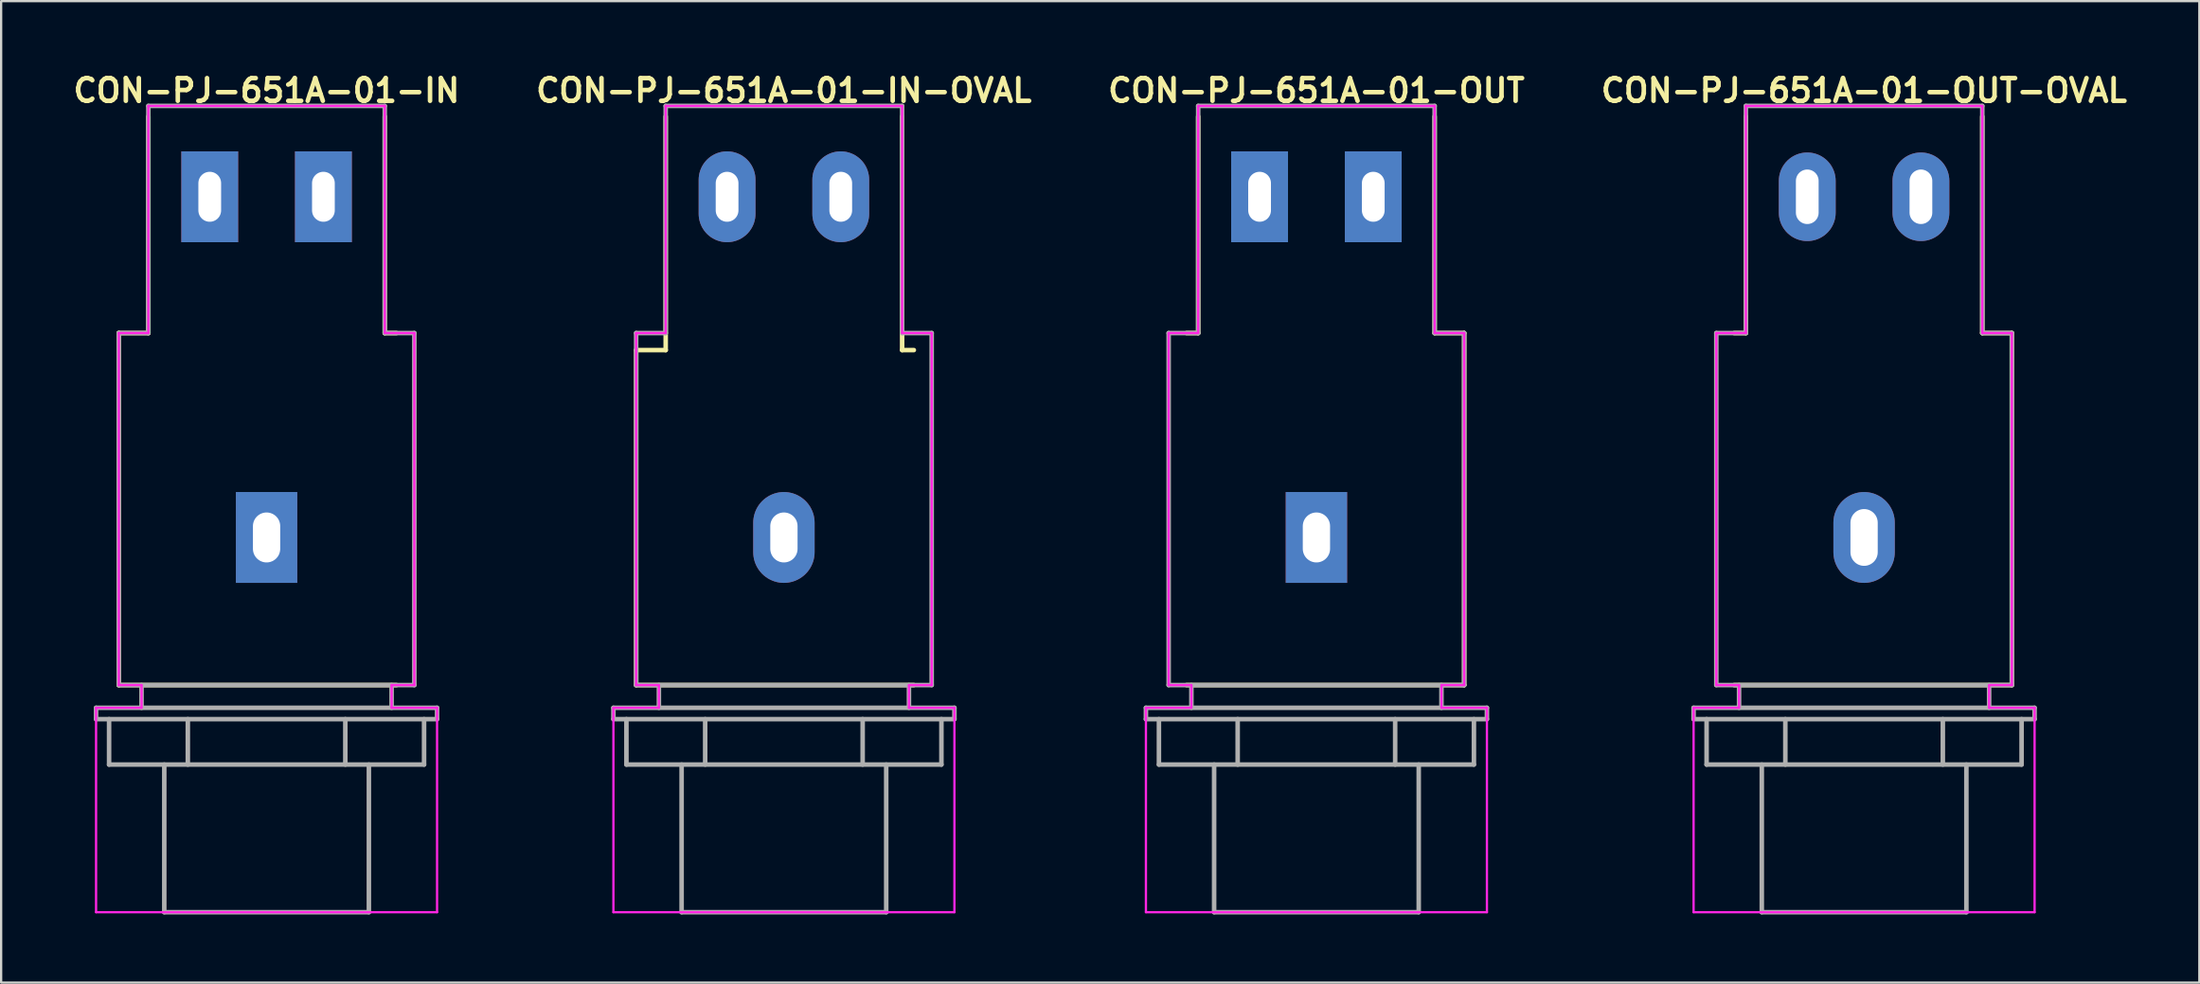
<source format=kicad_pcb>
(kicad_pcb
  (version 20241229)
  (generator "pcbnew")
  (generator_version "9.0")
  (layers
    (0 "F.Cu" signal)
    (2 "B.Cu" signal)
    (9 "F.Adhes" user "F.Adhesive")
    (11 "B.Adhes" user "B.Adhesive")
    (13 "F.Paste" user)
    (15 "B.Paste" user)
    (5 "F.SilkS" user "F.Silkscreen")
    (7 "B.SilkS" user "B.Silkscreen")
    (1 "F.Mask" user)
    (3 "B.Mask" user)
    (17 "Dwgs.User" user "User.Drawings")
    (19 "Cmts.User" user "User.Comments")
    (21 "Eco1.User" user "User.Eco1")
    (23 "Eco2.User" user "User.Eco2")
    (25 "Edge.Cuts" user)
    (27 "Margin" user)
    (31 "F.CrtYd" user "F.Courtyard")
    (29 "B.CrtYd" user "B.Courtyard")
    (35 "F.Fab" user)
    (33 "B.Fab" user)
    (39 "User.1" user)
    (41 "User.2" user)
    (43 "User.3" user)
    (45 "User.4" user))
  (footprint "CON-PJ-651A-01-IN-OVAL"
    (layer "F.Cu")
    (at 31.433 28.114)
    (property "Reference" "CON-PJ-651A-01-IN-OVAL" (at 0 -27.178 0) (layer "F.SilkS") (effects (font (size 1 1) (thickness 0.2))))
    (attr through_hole)
    (fp_line (start -6.5 -15.75) (end -6.5 -1) (stroke (width 0.2) (type solid)) (layer "F.SilkS"))
    (fp_line (start -6.5 -15.75) (end -5.2 -15.75) (stroke (width 0.2) (type solid)) (layer "F.SilkS"))
    (fp_line (start -6.5 -1) (end 5.715 -1) (stroke (width 0.2) (type solid)) (layer "F.SilkS"))
    (fp_line (start -5.2 -26.035) (end -5.2 -15.75) (stroke (width 0.2) (type solid)) (layer "F.SilkS"))
    (fp_line (start 5.2 -26.035) (end 5.2 -15.75) (stroke (width 0.2) (type solid)) (layer "F.SilkS"))
    (fp_line (start 5.2 -15.75) (end 5.715 -15.75) (stroke (width 0.2) (type solid)) (layer "F.SilkS"))
    (fp_line (start -7.5 0) (end -7.5 9) (stroke (width 0.1) (type solid)) (layer "F.CrtYd"))
    (fp_line (start -7.5 0) (end -5.5 0) (stroke (width 0.1) (type solid)) (layer "F.CrtYd"))
    (fp_line (start -7.5 9) (end 7.5 9) (stroke (width 0.1) (type solid)) (layer "F.CrtYd"))
    (fp_line (start -6.5 -16.5) (end -6.5 -1) (stroke (width 0.1) (type solid)) (layer "F.CrtYd"))
    (fp_line (start -6.5 -16.5) (end -5.2 -16.5) (stroke (width 0.1) (type solid)) (layer "F.CrtYd"))
    (fp_line (start -6.5 -1) (end -5.5 -1) (stroke (width 0.1) (type solid)) (layer "F.CrtYd"))
    (fp_line (start -5.5 -1) (end -5.5 0) (stroke (width 0.1) (type solid)) (layer "F.CrtYd"))
    (fp_line (start -5.2 -26.5) (end -5.2 -16.5) (stroke (width 0.1) (type solid)) (layer "F.CrtYd"))
    (fp_line (start -5.2 -26.5) (end 5.2 -26.5) (stroke (width 0.1) (type solid)) (layer "F.CrtYd"))
    (fp_line (start 5.2 -26.5) (end 5.2 -16.5) (stroke (width 0.1) (type solid)) (layer "F.CrtYd"))
    (fp_line (start 5.2 -16.5) (end 6.5 -16.5) (stroke (width 0.1) (type solid)) (layer "F.CrtYd"))
    (fp_line (start 5.5 -1) (end 5.5 0) (stroke (width 0.1) (type solid)) (layer "F.CrtYd"))
    (fp_line (start 5.5 -1) (end 6.5 -1) (stroke (width 0.1) (type solid)) (layer "F.CrtYd"))
    (fp_line (start 5.5 0) (end 7.5 0) (stroke (width 0.1) (type solid)) (layer "F.CrtYd"))
    (fp_line (start 6.5 -16.5) (end 6.5 -1) (stroke (width 0.1) (type solid)) (layer "F.CrtYd"))
    (fp_line (start 7.5 0) (end 7.5 9) (stroke (width 0.1) (type solid)) (layer "F.CrtYd"))
    (fp_line (start -7.5 0) (end -7.5 0.5) (stroke (width 0.2) (type solid)) (layer "F.Fab"))
    (fp_line (start -7.5 0) (end 7.5 0) (stroke (width 0.2) (type solid)) (layer "F.Fab"))
    (fp_line (start -7.5 0.5) (end 7.5 0.5) (stroke (width 0.2) (type solid)) (layer "F.Fab"))
    (fp_line (start -6.928 0.5) (end -6.928 2.5) (stroke (width 0.2) (type solid)) (layer "F.Fab"))
    (fp_line (start -6.928 2.5) (end 6.928 2.5) (stroke (width 0.2) (type solid)) (layer "F.Fab"))
    (fp_line (start -6.5 -16.5) (end -6.5 -1) (stroke (width 0.2) (type solid)) (layer "F.Fab"))
    (fp_line (start -6.5 -16.5) (end -5.2 -16.5) (stroke (width 0.2) (type solid)) (layer "F.Fab"))
    (fp_line (start -6.5 -1) (end 6.5 -1) (stroke (width 0.2) (type solid)) (layer "F.Fab"))
    (fp_line (start -5.5 -1) (end -5.5 0) (stroke (width 0.2) (type solid)) (layer "F.Fab"))
    (fp_line (start -5.2 -26.5) (end -5.2 -16.5) (stroke (width 0.2) (type solid)) (layer "F.Fab"))
    (fp_line (start -5.2 -26.5) (end 5.2 -26.5) (stroke (width 0.2) (type solid)) (layer "F.Fab"))
    (fp_line (start -4.5 2.5) (end -4.5 9) (stroke (width 0.2) (type solid)) (layer "F.Fab"))
    (fp_line (start -4.5 9) (end 4.5 9) (stroke (width 0.2) (type solid)) (layer "F.Fab"))
    (fp_line (start -3.464 0.5) (end -3.464 2.5) (stroke (width 0.2) (type solid)) (layer "F.Fab"))
    (fp_line (start 3.464 0.5) (end 3.464 2.5) (stroke (width 0.2) (type solid)) (layer "F.Fab"))
    (fp_line (start 4.5 2.5) (end 4.5 9) (stroke (width 0.2) (type solid)) (layer "F.Fab"))
    (fp_line (start 5.2 -26.5) (end 5.2 -16.5) (stroke (width 0.2) (type solid)) (layer "F.Fab"))
    (fp_line (start 5.2 -16.5) (end 6.5 -16.5) (stroke (width 0.2) (type solid)) (layer "F.Fab"))
    (fp_line (start 5.5 -1) (end 5.5 0) (stroke (width 0.2) (type solid)) (layer "F.Fab"))
    (fp_line (start 6.5 -16.5) (end 6.5 -1) (stroke (width 0.2) (type solid)) (layer "F.Fab"))
    (fp_line (start 6.928 0.5) (end 6.928 2.5) (stroke (width 0.2) (type solid)) (layer "F.Fab"))
    (fp_line (start 7.5 0) (end 7.5 0.5) (stroke (width 0.2) (type solid)) (layer "F.Fab"))
    (pad "R" thru_hole oval (at -2.5 -22.5) (size 2.5 4) (drill oval 1 2.2) (layers "*.Cu" "*.Mask"))
    (pad "S" thru_hole oval (at 0 -7.5) (size 2.7 4) (drill oval 1.2 2.2) (layers "*.Cu" "*.Mask"))
    (pad "T" thru_hole oval (at 2.5 -22.5) (size 2.5 4) (drill oval 1 2.2) (layers "*.Cu" "*.Mask")))
  (footprint "CON-PJ-651A-01-IN"
    (layer "F.Cu")
    (at 8.676 28.114)
    (property "Reference" "CON-PJ-651A-01-IN" (at 0 -27.178 0) (layer "F.SilkS") (effects (font (size 1 1) (thickness 0.2))))
    (attr through_hole)
    (fp_line (start -6.5 -16.5) (end -6.5 -1) (stroke (width 0.2) (type solid)) (layer "F.SilkS"))
    (fp_line (start -6.5 -16.5) (end -5.2 -16.5) (stroke (width 0.2) (type solid)) (layer "F.SilkS"))
    (fp_line (start -6.5 -1) (end 5.715 -1) (stroke (width 0.2) (type solid)) (layer "F.SilkS"))
    (fp_line (start -5.2 -26.035) (end -5.2 -16.5) (stroke (width 0.2) (type solid)) (layer "F.SilkS"))
    (fp_line (start 5.2 -26.035) (end 5.2 -16.5) (stroke (width 0.2) (type solid)) (layer "F.SilkS"))
    (fp_line (start 5.2 -16.5) (end 5.715 -16.5) (stroke (width 0.2) (type solid)) (layer "F.SilkS"))
    (fp_line (start -7.5 0) (end -7.5 9) (stroke (width 0.1) (type solid)) (layer "F.CrtYd"))
    (fp_line (start -7.5 0) (end -5.5 0) (stroke (width 0.1) (type solid)) (layer "F.CrtYd"))
    (fp_line (start -7.5 9) (end 7.5 9) (stroke (width 0.1) (type solid)) (layer "F.CrtYd"))
    (fp_line (start -6.5 -16.5) (end -6.5 -1) (stroke (width 0.1) (type solid)) (layer "F.CrtYd"))
    (fp_line (start -6.5 -16.5) (end -5.2 -16.5) (stroke (width 0.1) (type solid)) (layer "F.CrtYd"))
    (fp_line (start -6.5 -1) (end -5.5 -1) (stroke (width 0.1) (type solid)) (layer "F.CrtYd"))
    (fp_line (start -5.5 -1) (end -5.5 0) (stroke (width 0.1) (type solid)) (layer "F.CrtYd"))
    (fp_line (start -5.2 -26.5) (end -5.2 -16.5) (stroke (width 0.1) (type solid)) (layer "F.CrtYd"))
    (fp_line (start -5.2 -26.5) (end 5.2 -26.5) (stroke (width 0.1) (type solid)) (layer "F.CrtYd"))
    (fp_line (start 5.2 -26.5) (end 5.2 -16.5) (stroke (width 0.1) (type solid)) (layer "F.CrtYd"))
    (fp_line (start 5.2 -16.5) (end 6.5 -16.5) (stroke (width 0.1) (type solid)) (layer "F.CrtYd"))
    (fp_line (start 5.5 -1) (end 5.5 0) (stroke (width 0.1) (type solid)) (layer "F.CrtYd"))
    (fp_line (start 5.5 -1) (end 6.5 -1) (stroke (width 0.1) (type solid)) (layer "F.CrtYd"))
    (fp_line (start 5.5 0) (end 7.5 0) (stroke (width 0.1) (type solid)) (layer "F.CrtYd"))
    (fp_line (start 6.5 -16.5) (end 6.5 -1) (stroke (width 0.1) (type solid)) (layer "F.CrtYd"))
    (fp_line (start 7.5 0) (end 7.5 9) (stroke (width 0.1) (type solid)) (layer "F.CrtYd"))
    (fp_line (start -7.5 0) (end -7.5 0.5) (stroke (width 0.2) (type solid)) (layer "F.Fab"))
    (fp_line (start -7.5 0) (end 7.5 0) (stroke (width 0.2) (type solid)) (layer "F.Fab"))
    (fp_line (start -7.5 0.5) (end 7.5 0.5) (stroke (width 0.2) (type solid)) (layer "F.Fab"))
    (fp_line (start -6.928 0.5) (end -6.928 2.5) (stroke (width 0.2) (type solid)) (layer "F.Fab"))
    (fp_line (start -6.928 2.5) (end 6.928 2.5) (stroke (width 0.2) (type solid)) (layer "F.Fab"))
    (fp_line (start -6.5 -16.5) (end -6.5 -1) (stroke (width 0.2) (type solid)) (layer "F.Fab"))
    (fp_line (start -6.5 -16.5) (end -5.2 -16.5) (stroke (width 0.2) (type solid)) (layer "F.Fab"))
    (fp_line (start -6.5 -1) (end 6.5 -1) (stroke (width 0.2) (type solid)) (layer "F.Fab"))
    (fp_line (start -5.5 -1) (end -5.5 0) (stroke (width 0.2) (type solid)) (layer "F.Fab"))
    (fp_line (start -5.2 -26.5) (end -5.2 -16.5) (stroke (width 0.2) (type solid)) (layer "F.Fab"))
    (fp_line (start -5.2 -26.5) (end 5.2 -26.5) (stroke (width 0.2) (type solid)) (layer "F.Fab"))
    (fp_line (start -4.5 2.5) (end -4.5 9) (stroke (width 0.2) (type solid)) (layer "F.Fab"))
    (fp_line (start -4.5 9) (end 4.5 9) (stroke (width 0.2) (type solid)) (layer "F.Fab"))
    (fp_line (start -3.464 0.5) (end -3.464 2.5) (stroke (width 0.2) (type solid)) (layer "F.Fab"))
    (fp_line (start 3.464 0.5) (end 3.464 2.5) (stroke (width 0.2) (type solid)) (layer "F.Fab"))
    (fp_line (start 4.5 2.5) (end 4.5 9) (stroke (width 0.2) (type solid)) (layer "F.Fab"))
    (fp_line (start 5.2 -26.5) (end 5.2 -16.5) (stroke (width 0.2) (type solid)) (layer "F.Fab"))
    (fp_line (start 5.2 -16.5) (end 6.5 -16.5) (stroke (width 0.2) (type solid)) (layer "F.Fab"))
    (fp_line (start 5.5 -1) (end 5.5 0) (stroke (width 0.2) (type solid)) (layer "F.Fab"))
    (fp_line (start 6.5 -16.5) (end 6.5 -1) (stroke (width 0.2) (type solid)) (layer "F.Fab"))
    (fp_line (start 6.928 0.5) (end 6.928 2.5) (stroke (width 0.2) (type solid)) (layer "F.Fab"))
    (fp_line (start 7.5 0) (end 7.5 0.5) (stroke (width 0.2) (type solid)) (layer "F.Fab"))
    (pad "R" thru_hole rect (at -2.5 -22.5) (size 2.5 4) (drill oval 1 2.2) (layers "*.Cu" "*.Mask"))
    (pad "S" thru_hole rect (at 0 -7.5) (size 2.7 4) (drill oval 1.2 2.2) (layers "*.Cu" "*.Mask"))
    (pad "T" thru_hole rect (at 2.5 -22.5) (size 2.5 4) (drill oval 1 2.2) (layers "*.Cu" "*.Mask")))
  (footprint "CON-PJ-651A-01-OUT"
    (layer "F.Cu")
    (at 54.857 28.114)
    (property "Reference" "CON-PJ-651A-01-OUT" (at 0 -27.178 0) (layer "F.SilkS") (effects (font (size 1 1) (thickness 0.2))))
    (attr through_hole)
    (fp_line (start -5.715 -16.5) (end -5.2 -16.5) (stroke (width 0.2) (type solid)) (layer "F.SilkS"))
    (fp_line (start -5.715 -1) (end 6.5 -1) (stroke (width 0.2) (type solid)) (layer "F.SilkS"))
    (fp_line (start -5.2 -26.035) (end -5.2 -16.5) (stroke (width 0.2) (type solid)) (layer "F.SilkS"))
    (fp_line (start 5.2 -26.035) (end 5.2 -16.5) (stroke (width 0.2) (type solid)) (layer "F.SilkS"))
    (fp_line (start 5.2 -16.5) (end 6.5 -16.5) (stroke (width 0.2) (type solid)) (layer "F.SilkS"))
    (fp_line (start 6.5 -16.5) (end 6.5 -1) (stroke (width 0.2) (type solid)) (layer "F.SilkS"))
    (fp_line (start -7.5 0) (end -7.5 9) (stroke (width 0.1) (type solid)) (layer "F.CrtYd"))
    (fp_line (start -7.5 0) (end -5.5 0) (stroke (width 0.1) (type solid)) (layer "F.CrtYd"))
    (fp_line (start -7.5 9) (end 7.5 9) (stroke (width 0.1) (type solid)) (layer "F.CrtYd"))
    (fp_line (start -6.5 -16.5) (end -6.5 -1) (stroke (width 0.1) (type solid)) (layer "F.CrtYd"))
    (fp_line (start -6.5 -16.5) (end -5.2 -16.5) (stroke (width 0.1) (type solid)) (layer "F.CrtYd"))
    (fp_line (start -6.5 -1) (end -5.5 -1) (stroke (width 0.1) (type solid)) (layer "F.CrtYd"))
    (fp_line (start -5.5 -1) (end -5.5 0) (stroke (width 0.1) (type solid)) (layer "F.CrtYd"))
    (fp_line (start -5.2 -26.5) (end -5.2 -16.5) (stroke (width 0.1) (type solid)) (layer "F.CrtYd"))
    (fp_line (start -5.2 -26.5) (end 5.2 -26.5) (stroke (width 0.1) (type solid)) (layer "F.CrtYd"))
    (fp_line (start 5.2 -26.5) (end 5.2 -16.5) (stroke (width 0.1) (type solid)) (layer "F.CrtYd"))
    (fp_line (start 5.2 -16.5) (end 6.5 -16.5) (stroke (width 0.1) (type solid)) (layer "F.CrtYd"))
    (fp_line (start 5.5 -1) (end 5.5 0) (stroke (width 0.1) (type solid)) (layer "F.CrtYd"))
    (fp_line (start 5.5 -1) (end 6.5 -1) (stroke (width 0.1) (type solid)) (layer "F.CrtYd"))
    (fp_line (start 5.5 0) (end 7.5 0) (stroke (width 0.1) (type solid)) (layer "F.CrtYd"))
    (fp_line (start 6.5 -16.5) (end 6.5 -1) (stroke (width 0.1) (type solid)) (layer "F.CrtYd"))
    (fp_line (start 7.5 0) (end 7.5 9) (stroke (width 0.1) (type solid)) (layer "F.CrtYd"))
    (fp_line (start -7.5 0) (end -7.5 0.5) (stroke (width 0.2) (type solid)) (layer "F.Fab"))
    (fp_line (start -7.5 0) (end 7.5 0) (stroke (width 0.2) (type solid)) (layer "F.Fab"))
    (fp_line (start -7.5 0.5) (end 7.5 0.5) (stroke (width 0.2) (type solid)) (layer "F.Fab"))
    (fp_line (start -6.928 0.5) (end -6.928 2.5) (stroke (width 0.2) (type solid)) (layer "F.Fab"))
    (fp_line (start -6.928 2.5) (end 6.928 2.5) (stroke (width 0.2) (type solid)) (layer "F.Fab"))
    (fp_line (start -6.5 -16.5) (end -6.5 -1) (stroke (width 0.2) (type solid)) (layer "F.Fab"))
    (fp_line (start -6.5 -16.5) (end -5.2 -16.5) (stroke (width 0.2) (type solid)) (layer "F.Fab"))
    (fp_line (start -6.5 -1) (end 6.5 -1) (stroke (width 0.2) (type solid)) (layer "F.Fab"))
    (fp_line (start -5.5 -1) (end -5.5 0) (stroke (width 0.2) (type solid)) (layer "F.Fab"))
    (fp_line (start -5.2 -26.5) (end -5.2 -16.5) (stroke (width 0.2) (type solid)) (layer "F.Fab"))
    (fp_line (start -5.2 -26.5) (end 5.2 -26.5) (stroke (width 0.2) (type solid)) (layer "F.Fab"))
    (fp_line (start -4.5 2.5) (end -4.5 9) (stroke (width 0.2) (type solid)) (layer "F.Fab"))
    (fp_line (start -4.5 9) (end 4.5 9) (stroke (width 0.2) (type solid)) (layer "F.Fab"))
    (fp_line (start -3.464 0.5) (end -3.464 2.5) (stroke (width 0.2) (type solid)) (layer "F.Fab"))
    (fp_line (start 3.464 0.5) (end 3.464 2.5) (stroke (width 0.2) (type solid)) (layer "F.Fab"))
    (fp_line (start 4.5 2.5) (end 4.5 9) (stroke (width 0.2) (type solid)) (layer "F.Fab"))
    (fp_line (start 5.2 -26.5) (end 5.2 -16.5) (stroke (width 0.2) (type solid)) (layer "F.Fab"))
    (fp_line (start 5.2 -16.5) (end 6.5 -16.5) (stroke (width 0.2) (type solid)) (layer "F.Fab"))
    (fp_line (start 5.5 -1) (end 5.5 0) (stroke (width 0.2) (type solid)) (layer "F.Fab"))
    (fp_line (start 6.5 -16.5) (end 6.5 -1) (stroke (width 0.2) (type solid)) (layer "F.Fab"))
    (fp_line (start 6.928 0.5) (end 6.928 2.5) (stroke (width 0.2) (type solid)) (layer "F.Fab"))
    (fp_line (start 7.5 0) (end 7.5 0.5) (stroke (width 0.2) (type solid)) (layer "F.Fab"))
    (pad "R" thru_hole rect (at -2.5 -22.5) (size 2.5 4) (drill oval 1 2.2) (layers "*.Cu" "*.Mask"))
    (pad "S" thru_hole rect (at 0 -7.5) (size 2.7 4) (drill oval 1.2 2.2) (layers "*.Cu" "*.Mask"))
    (pad "T" thru_hole rect (at 2.5 -22.5) (size 2.5 4) (drill oval 1 2.2) (layers "*.Cu" "*.Mask")))
  (footprint "CON-PJ-651A-01-OUT-OVAL"
    (layer "F.Cu")
    (at 78.948 28.114)
    (property "Reference" "CON-PJ-651A-01-OUT-OVAL" (at 0 -27.178 0) (layer "F.SilkS") (effects (font (size 1 1) (thickness 0.2))))
    (attr through_hole)
    (fp_line (start -5.715 -16.5) (end -5.2 -16.5) (stroke (width 0.2) (type solid)) (layer "F.SilkS"))
    (fp_line (start -5.715 -1) (end 6.5 -1) (stroke (width 0.2) (type solid)) (layer "F.SilkS"))
    (fp_line (start -5.2 -26.035) (end -5.2 -16.5) (stroke (width 0.2) (type solid)) (layer "F.SilkS"))
    (fp_line (start 5.2 -26.035) (end 5.2 -16.5) (stroke (width 0.2) (type solid)) (layer "F.SilkS"))
    (fp_line (start 5.2 -16.5) (end 6.5 -16.5) (stroke (width 0.2) (type solid)) (layer "F.SilkS"))
    (fp_line (start 6.5 -16.5) (end 6.5 -1) (stroke (width 0.2) (type solid)) (layer "F.SilkS"))
    (fp_line (start -7.5 0) (end -7.5 9) (stroke (width 0.1) (type solid)) (layer "F.CrtYd"))
    (fp_line (start -7.5 0) (end -5.5 0) (stroke (width 0.1) (type solid)) (layer "F.CrtYd"))
    (fp_line (start -7.5 9) (end 7.5 9) (stroke (width 0.1) (type solid)) (layer "F.CrtYd"))
    (fp_line (start -6.5 -16.5) (end -6.5 -1) (stroke (width 0.1) (type solid)) (layer "F.CrtYd"))
    (fp_line (start -6.5 -16.5) (end -5.2 -16.5) (stroke (width 0.1) (type solid)) (layer "F.CrtYd"))
    (fp_line (start -6.5 -1) (end -5.5 -1) (stroke (width 0.1) (type solid)) (layer "F.CrtYd"))
    (fp_line (start -5.5 -1) (end -5.5 0) (stroke (width 0.1) (type solid)) (layer "F.CrtYd"))
    (fp_line (start -5.2 -26.5) (end -5.2 -16.5) (stroke (width 0.1) (type solid)) (layer "F.CrtYd"))
    (fp_line (start -5.2 -26.5) (end 5.2 -26.5) (stroke (width 0.1) (type solid)) (layer "F.CrtYd"))
    (fp_line (start 5.2 -26.5) (end 5.2 -16.5) (stroke (width 0.1) (type solid)) (layer "F.CrtYd"))
    (fp_line (start 5.2 -16.5) (end 6.5 -16.5) (stroke (width 0.1) (type solid)) (layer "F.CrtYd"))
    (fp_line (start 5.5 -1) (end 5.5 0) (stroke (width 0.1) (type solid)) (layer "F.CrtYd"))
    (fp_line (start 5.5 -1) (end 6.5 -1) (stroke (width 0.1) (type solid)) (layer "F.CrtYd"))
    (fp_line (start 5.5 0) (end 7.5 0) (stroke (width 0.1) (type solid)) (layer "F.CrtYd"))
    (fp_line (start 6.5 -16.5) (end 6.5 -1) (stroke (width 0.1) (type solid)) (layer "F.CrtYd"))
    (fp_line (start 7.5 0) (end 7.5 9) (stroke (width 0.1) (type solid)) (layer "F.CrtYd"))
    (fp_line (start -7.5 0) (end -7.5 0.5) (stroke (width 0.2) (type solid)) (layer "F.Fab"))
    (fp_line (start -7.5 0) (end 7.5 0) (stroke (width 0.2) (type solid)) (layer "F.Fab"))
    (fp_line (start -7.5 0.5) (end 7.5 0.5) (stroke (width 0.2) (type solid)) (layer "F.Fab"))
    (fp_line (start -6.928 0.5) (end -6.928 2.5) (stroke (width 0.2) (type solid)) (layer "F.Fab"))
    (fp_line (start -6.928 2.5) (end 6.928 2.5) (stroke (width 0.2) (type solid)) (layer "F.Fab"))
    (fp_line (start -6.5 -16.5) (end -6.5 -1) (stroke (width 0.2) (type solid)) (layer "F.Fab"))
    (fp_line (start -6.5 -16.5) (end -5.2 -16.5) (stroke (width 0.2) (type solid)) (layer "F.Fab"))
    (fp_line (start -6.5 -1) (end 6.5 -1) (stroke (width 0.2) (type solid)) (layer "F.Fab"))
    (fp_line (start -5.5 -1) (end -5.5 0) (stroke (width 0.2) (type solid)) (layer "F.Fab"))
    (fp_line (start -5.2 -26.5) (end -5.2 -16.5) (stroke (width 0.2) (type solid)) (layer "F.Fab"))
    (fp_line (start -5.2 -26.5) (end 5.2 -26.5) (stroke (width 0.2) (type solid)) (layer "F.Fab"))
    (fp_line (start -4.5 2.5) (end -4.5 9) (stroke (width 0.2) (type solid)) (layer "F.Fab"))
    (fp_line (start -4.5 9) (end 4.5 9) (stroke (width 0.2) (type solid)) (layer "F.Fab"))
    (fp_line (start -3.464 0.5) (end -3.464 2.5) (stroke (width 0.2) (type solid)) (layer "F.Fab"))
    (fp_line (start 3.464 0.5) (end 3.464 2.5) (stroke (width 0.2) (type solid)) (layer "F.Fab"))
    (fp_line (start 4.5 2.5) (end 4.5 9) (stroke (width 0.2) (type solid)) (layer "F.Fab"))
    (fp_line (start 5.2 -26.5) (end 5.2 -16.5) (stroke (width 0.2) (type solid)) (layer "F.Fab"))
    (fp_line (start 5.2 -16.5) (end 6.5 -16.5) (stroke (width 0.2) (type solid)) (layer "F.Fab"))
    (fp_line (start 5.5 -1) (end 5.5 0) (stroke (width 0.2) (type solid)) (layer "F.Fab"))
    (fp_line (start 6.5 -16.5) (end 6.5 -1) (stroke (width 0.2) (type solid)) (layer "F.Fab"))
    (fp_line (start 6.928 0.5) (end 6.928 2.5) (stroke (width 0.2) (type solid)) (layer "F.Fab"))
    (fp_line (start 7.5 0) (end 7.5 0.5) (stroke (width 0.2) (type solid)) (layer "F.Fab"))
    (pad "R" thru_hole oval (at -2.5 -22.5) (size 2.5 3.9) (drill oval 1 2.4) (layers "*.Cu" "*.Mask"))
    (pad "S" thru_hole oval (at 0 -7.5) (size 2.7 4) (drill oval 1.2 2.5) (layers "*.Cu" "*.Mask"))
    (pad "T" thru_hole oval (at 2.5 -22.5) (size 2.5 3.9) (drill oval 1 2.4) (layers "*.Cu" "*.Mask")))
  (gr_rect
    (start -3 -3)
    (end 93.695 40.214)
    (stroke (width 0.1) (type default))
    (fill no)
    (layer "Edge.Cuts")))
</source>
